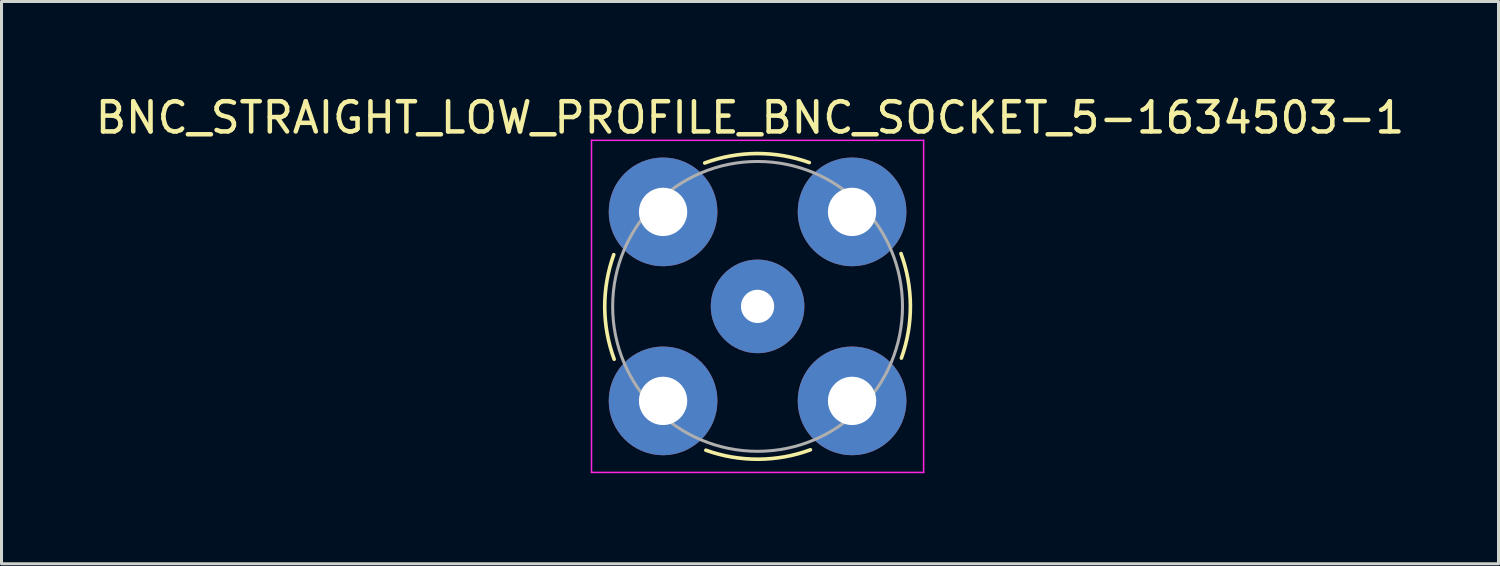
<source format=kicad_pcb>
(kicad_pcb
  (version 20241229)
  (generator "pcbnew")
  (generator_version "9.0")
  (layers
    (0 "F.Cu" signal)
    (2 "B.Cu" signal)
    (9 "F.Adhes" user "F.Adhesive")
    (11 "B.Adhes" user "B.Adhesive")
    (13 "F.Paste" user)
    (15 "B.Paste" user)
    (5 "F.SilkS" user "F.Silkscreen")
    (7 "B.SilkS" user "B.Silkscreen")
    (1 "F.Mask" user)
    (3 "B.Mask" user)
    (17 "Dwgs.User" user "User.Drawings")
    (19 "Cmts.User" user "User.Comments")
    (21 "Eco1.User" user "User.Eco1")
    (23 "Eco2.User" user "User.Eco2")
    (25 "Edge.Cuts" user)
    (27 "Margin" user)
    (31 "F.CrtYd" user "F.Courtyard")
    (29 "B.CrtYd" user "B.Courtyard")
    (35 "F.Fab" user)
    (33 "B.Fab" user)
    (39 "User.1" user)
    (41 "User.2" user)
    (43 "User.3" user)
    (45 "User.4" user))
  (footprint "BNC_STRAIGHT_LOW_PROFILE_BNC_SOCKET_5-1634503-1"
    (layer "F.Cu")
    (at 22.042 7.098)
    (property "Reference" "BNC_STRAIGHT_LOW_PROFILE_BNC_SOCKET_5-1634503-1" (at -0.25 -6.25 0) (layer "F.SilkS") (effects (font (size 1 1) (thickness 0.15))))
    (attr through_hole)
    (fp_arc (start -4.75 1.75) (mid -5.062075 0.019867) (end -4.763589 -1.712663) (stroke (width 0.12) (type solid)) (layer "F.SilkS"))
    (fp_arc (start -1.75 -4.75) (mid -0.019867 -5.062075) (end 1.712663 -4.763589) (stroke (width 0.12) (type solid)) (layer "F.SilkS"))
    (fp_arc (start 1.75 4.75) (mid 0.019867 5.062075) (end -1.712663 4.763589) (stroke (width 0.12) (type solid)) (layer "F.SilkS"))
    (fp_arc (start 4.75 -1.75) (mid 5.062075 -0.019867) (end 4.763589 1.712663) (stroke (width 0.12) (type solid)) (layer "F.SilkS"))
    (fp_line (start -5.5 -5.5) (end 5.5 -5.5) (stroke (width 0.05) (type solid)) (layer "F.CrtYd"))
    (fp_line (start -5.5 5.5) (end -5.5 -5.5) (stroke (width 0.05) (type solid)) (layer "F.CrtYd"))
    (fp_line (start 5.5 -5.5) (end 5.5 5.5) (stroke (width 0.05) (type solid)) (layer "F.CrtYd"))
    (fp_line (start 5.5 5.5) (end -5.5 5.5) (stroke (width 0.05) (type solid)) (layer "F.CrtYd"))
    (fp_circle (center 0 0) (end 4.8 0) (stroke (width 0.1) (type solid)) (fill no) (layer "F.Fab"))
    (pad "1" thru_hole circle (at 0 0) (size 3.1 3.1) (drill 1.1) (layers "*.Cu" "*.Mask"))
    (pad "2" thru_hole circle (at -3.13 -3.13) (size 3.6 3.6) (drill 1.6) (layers "*.Cu" "*.Mask"))
    (pad "2" thru_hole circle (at -3.13 3.13) (size 3.6 3.6) (drill 1.6) (layers "*.Cu" "*.Mask"))
    (pad "2" thru_hole circle (at 3.13 -3.13) (size 3.6 3.6) (drill 1.6) (layers "*.Cu" "*.Mask"))
    (pad "2" thru_hole circle (at 3.13 3.13) (size 3.6 3.6) (drill 1.6) (layers "*.Cu" "*.Mask")))
  (gr_rect
    (start -3 -3)
    (end 46.583 15.623)
    (stroke (width 0.1) (type default))
    (fill no)
    (layer "Edge.Cuts")))
</source>
